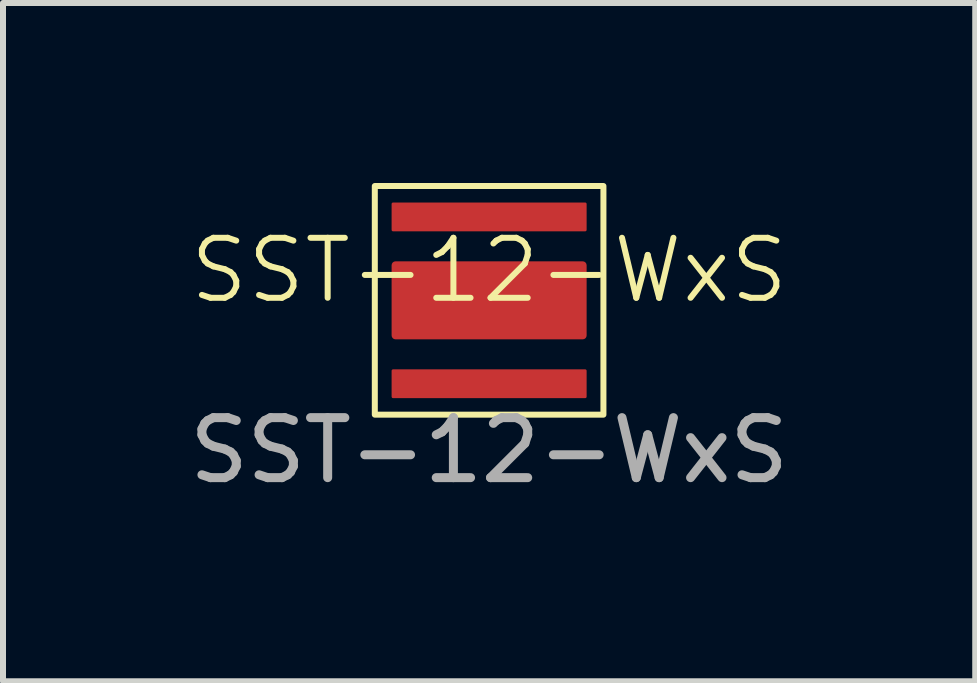
<source format=kicad_pcb>
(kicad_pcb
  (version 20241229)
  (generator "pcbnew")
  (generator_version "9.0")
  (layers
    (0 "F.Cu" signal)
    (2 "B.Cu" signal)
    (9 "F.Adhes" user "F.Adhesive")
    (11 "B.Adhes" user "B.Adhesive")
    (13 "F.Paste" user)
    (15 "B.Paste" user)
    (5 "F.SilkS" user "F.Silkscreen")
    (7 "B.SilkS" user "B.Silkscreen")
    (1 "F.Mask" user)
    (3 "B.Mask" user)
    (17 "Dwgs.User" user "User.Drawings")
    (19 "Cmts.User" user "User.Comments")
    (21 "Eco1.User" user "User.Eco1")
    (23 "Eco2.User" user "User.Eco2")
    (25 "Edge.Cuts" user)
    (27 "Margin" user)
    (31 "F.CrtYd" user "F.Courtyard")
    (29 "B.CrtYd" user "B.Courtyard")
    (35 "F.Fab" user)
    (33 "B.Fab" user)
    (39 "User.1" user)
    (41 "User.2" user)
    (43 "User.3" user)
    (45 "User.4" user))
  (footprint "SST-12-WxS"
    (layer "F.Cu")
    (at 5.101 1.955)
    (property "Reference" "SST-12-WxS" (at 0 -0.5 0) (unlocked yes) (layer "F.SilkS") (effects (font (size 1 1) (thickness 0.1))))
    (attr smd)
    (fp_rect (start -1.905 -1.905) (end 1.905 1.905) (stroke (width 0.1) (type default)) (fill no) (layer "F.SilkS"))
    (fp_rect (start -1.397 -0.508) (end -0.635 0.508) (stroke (width 0) (type solid)) (fill yes) (layer "F.Paste"))
    (fp_rect (start -0.381 -0.508) (end 0.381 0.508) (stroke (width 0) (type solid)) (fill yes) (layer "F.Paste"))
    (fp_rect (start 0.635 -0.508) (end 1.397 0.508) (stroke (width 0) (type solid)) (fill yes) (layer "F.Paste"))
    (fp_text user "${REFERENCE}" (at 0 2.5 0) (unlocked yes) (layer "F.Fab") (effects (font (size 1 1) (thickness 0.15))))
    (pad "1" smd roundrect (at 0 -1.39) (size 3.25 0.48) (layers "F.Cu" "F.Mask" "F.Paste") (roundrect_rratio 0.05))
    (pad "2" smd roundrect (at 0 1.39) (size 3.25 0.48) (layers "F.Cu" "F.Mask" "F.Paste") (roundrect_rratio 0.05))
    (pad "MP" smd roundrect (at 0 0) (size 3.25 1.3) (layers "F.Cu" "F.Mask") (roundrect_rratio 0.05)))
  (gr_rect
    (start -3 -3)
    (end 13.202 8.303)
    (stroke (width 0.1) (type default))
    (fill no)
    (layer "Edge.Cuts")))
</source>
